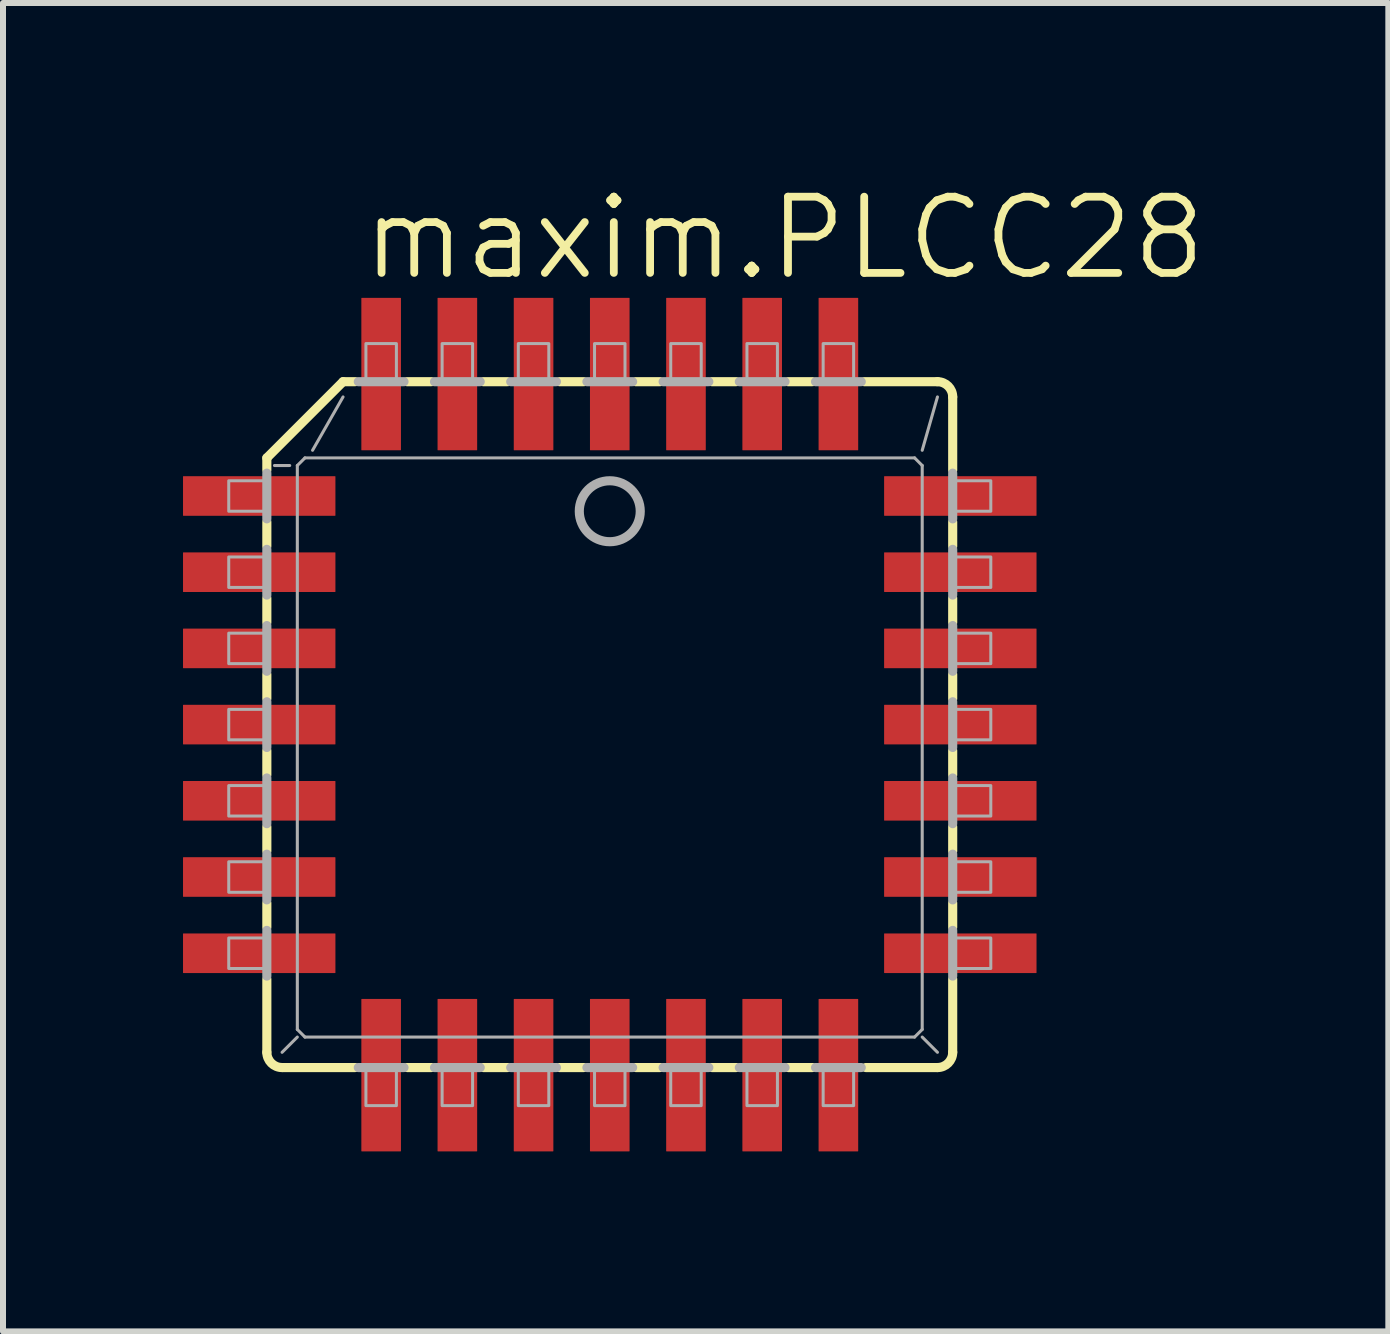
<source format=kicad_pcb>
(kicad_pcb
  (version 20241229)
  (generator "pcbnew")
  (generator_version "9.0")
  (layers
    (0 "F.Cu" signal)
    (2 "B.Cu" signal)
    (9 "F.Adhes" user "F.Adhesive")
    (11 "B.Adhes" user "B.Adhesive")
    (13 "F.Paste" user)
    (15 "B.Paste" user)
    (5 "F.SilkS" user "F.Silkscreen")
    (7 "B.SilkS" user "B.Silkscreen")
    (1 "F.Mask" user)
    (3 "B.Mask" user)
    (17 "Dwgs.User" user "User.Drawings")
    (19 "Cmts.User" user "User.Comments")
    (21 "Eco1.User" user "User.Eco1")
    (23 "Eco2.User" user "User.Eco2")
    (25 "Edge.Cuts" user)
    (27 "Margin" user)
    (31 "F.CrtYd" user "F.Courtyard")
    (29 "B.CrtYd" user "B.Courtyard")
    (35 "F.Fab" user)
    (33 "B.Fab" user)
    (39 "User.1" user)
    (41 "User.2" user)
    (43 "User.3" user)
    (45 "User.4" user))
  (footprint "maxim.PLCC28"
    (layer "F.Cu")
    (at 7.112 9.026)
    (property "Reference" "maxim.PLCC28" (at -4.191 -7.366 0) (layer "F.SilkS") (effects (font (size 1.27 1.27) (thickness 0.13)) (justify left bottom)))
    (attr smd)
    (fp_line (start -5.715 -4.445) (end -5.715 -4.242) (stroke (width 0.152) (type default)) (layer "F.SilkS"))
    (fp_line (start -5.715 -4.445) (end -4.445 -5.715) (stroke (width 0.152) (type default)) (layer "F.SilkS"))
    (fp_line (start -5.715 -3.378) (end -5.715 -2.972) (stroke (width 0.152) (type default)) (layer "F.SilkS"))
    (fp_line (start -5.715 -2.108) (end -5.715 -1.702) (stroke (width 0.152) (type default)) (layer "F.SilkS"))
    (fp_line (start -5.715 -0.838) (end -5.715 -0.432) (stroke (width 0.152) (type default)) (layer "F.SilkS"))
    (fp_line (start -5.715 0.432) (end -5.715 0.838) (stroke (width 0.152) (type default)) (layer "F.SilkS"))
    (fp_line (start -5.715 2.108) (end -5.715 1.702) (stroke (width 0.152) (type default)) (layer "F.SilkS"))
    (fp_line (start -5.715 2.972) (end -5.715 3.378) (stroke (width 0.152) (type default)) (layer "F.SilkS"))
    (fp_line (start -5.715 4.242) (end -5.715 5.461) (stroke (width 0.152) (type default)) (layer "F.SilkS"))
    (fp_line (start -5.461 5.715) (end -4.242 5.715) (stroke (width 0.152) (type default)) (layer "F.SilkS"))
    (fp_line (start -4.445 -5.715) (end -4.242 -5.715) (stroke (width 0.152) (type default)) (layer "F.SilkS"))
    (fp_line (start -3.378 5.715) (end -2.972 5.715) (stroke (width 0.152) (type default)) (layer "F.SilkS"))
    (fp_line (start -2.972 -5.715) (end -3.378 -5.715) (stroke (width 0.152) (type default)) (layer "F.SilkS"))
    (fp_line (start -2.108 -5.715) (end -1.702 -5.715) (stroke (width 0.152) (type default)) (layer "F.SilkS"))
    (fp_line (start -2.108 5.715) (end -1.702 5.715) (stroke (width 0.152) (type default)) (layer "F.SilkS"))
    (fp_line (start -0.838 5.715) (end -0.432 5.715) (stroke (width 0.152) (type default)) (layer "F.SilkS"))
    (fp_line (start -0.432 -5.715) (end -0.838 -5.715) (stroke (width 0.152) (type default)) (layer "F.SilkS"))
    (fp_line (start 0.432 5.715) (end 0.838 5.715) (stroke (width 0.152) (type default)) (layer "F.SilkS"))
    (fp_line (start 0.838 -5.715) (end 0.432 -5.715) (stroke (width 0.152) (type default)) (layer "F.SilkS"))
    (fp_line (start 2.108 -5.715) (end 1.702 -5.715) (stroke (width 0.152) (type default)) (layer "F.SilkS"))
    (fp_line (start 2.108 5.715) (end 1.702 5.715) (stroke (width 0.152) (type default)) (layer "F.SilkS"))
    (fp_line (start 2.972 5.715) (end 3.378 5.715) (stroke (width 0.152) (type default)) (layer "F.SilkS"))
    (fp_line (start 3.378 -5.715) (end 2.972 -5.715) (stroke (width 0.152) (type default)) (layer "F.SilkS"))
    (fp_line (start 5.461 -5.715) (end 4.242 -5.715) (stroke (width 0.152) (type default)) (layer "F.SilkS"))
    (fp_line (start 5.461 5.715) (end 4.267 5.715) (stroke (width 0.152) (type default)) (layer "F.SilkS"))
    (fp_line (start 5.715 -4.242) (end 5.715 -5.461) (stroke (width 0.152) (type default)) (layer "F.SilkS"))
    (fp_line (start 5.715 -2.972) (end 5.715 -3.378) (stroke (width 0.152) (type default)) (layer "F.SilkS"))
    (fp_line (start 5.715 -2.108) (end 5.715 -1.702) (stroke (width 0.152) (type default)) (layer "F.SilkS"))
    (fp_line (start 5.715 -0.432) (end 5.715 -0.838) (stroke (width 0.152) (type default)) (layer "F.SilkS"))
    (fp_line (start 5.715 0.838) (end 5.715 0.432) (stroke (width 0.152) (type default)) (layer "F.SilkS"))
    (fp_line (start 5.715 2.108) (end 5.715 1.702) (stroke (width 0.152) (type default)) (layer "F.SilkS"))
    (fp_line (start 5.715 3.378) (end 5.715 2.972) (stroke (width 0.152) (type default)) (layer "F.SilkS"))
    (fp_line (start 5.715 5.461) (end 5.715 4.242) (stroke (width 0.152) (type default)) (layer "F.SilkS"))
    (fp_arc (start -5.461 5.715) (mid -5.640605 5.640605) (end -5.715 5.461) (stroke (width 0.1524) (type default)) (layer "F.SilkS"))
    (fp_arc (start 5.461 -5.715) (mid 5.640605 -5.640605) (end 5.715 -5.461) (stroke (width 0.1524) (type default)) (layer "F.SilkS"))
    (fp_arc (start 5.715 5.461) (mid 5.640605 5.640605) (end 5.461 5.715) (stroke (width 0.1524) (type default)) (layer "F.SilkS"))
    (fp_line (start -5.715 -4.191) (end -5.715 -3.429) (stroke (width 0.152) (type default)) (layer "F.Fab"))
    (fp_line (start -5.715 -2.921) (end -5.715 -2.159) (stroke (width 0.152) (type default)) (layer "F.Fab"))
    (fp_line (start -5.715 -1.651) (end -5.715 -0.889) (stroke (width 0.152) (type default)) (layer "F.Fab"))
    (fp_line (start -5.715 -0.381) (end -5.715 0.381) (stroke (width 0.152) (type default)) (layer "F.Fab"))
    (fp_line (start -5.715 0.889) (end -5.715 1.651) (stroke (width 0.152) (type default)) (layer "F.Fab"))
    (fp_line (start -5.715 2.159) (end -5.715 2.921) (stroke (width 0.152) (type default)) (layer "F.Fab"))
    (fp_line (start -5.715 3.429) (end -5.715 4.191) (stroke (width 0.152) (type default)) (layer "F.Fab"))
    (fp_line (start -5.334 -4.318) (end -5.588 -4.318) (stroke (width 0.051) (type default)) (layer "F.Fab"))
    (fp_line (start -5.207 5.08) (end -5.207 -4.318) (stroke (width 0.051) (type default)) (layer "F.Fab"))
    (fp_line (start -5.207 5.08) (end -5.08 5.207) (stroke (width 0.051) (type default)) (layer "F.Fab"))
    (fp_line (start -5.207 5.207) (end -5.461 5.461) (stroke (width 0.051) (type default)) (layer "F.Fab"))
    (fp_line (start -5.08 -4.445) (end -5.207 -4.318) (stroke (width 0.051) (type default)) (layer "F.Fab"))
    (fp_line (start -5.08 -4.445) (end 5.08 -4.445) (stroke (width 0.051) (type default)) (layer "F.Fab"))
    (fp_line (start -4.953 -4.572) (end -4.445 -5.461) (stroke (width 0.051) (type default)) (layer "F.Fab"))
    (fp_line (start -4.191 5.715) (end -3.429 5.715) (stroke (width 0.152) (type default)) (layer "F.Fab"))
    (fp_line (start -3.429 -5.715) (end -4.191 -5.715) (stroke (width 0.152) (type default)) (layer "F.Fab"))
    (fp_line (start -2.921 5.715) (end -2.159 5.715) (stroke (width 0.152) (type default)) (layer "F.Fab"))
    (fp_line (start -2.159 -5.715) (end -2.921 -5.715) (stroke (width 0.152) (type default)) (layer "F.Fab"))
    (fp_line (start -1.651 5.715) (end -0.889 5.715) (stroke (width 0.152) (type default)) (layer "F.Fab"))
    (fp_line (start -0.889 -5.715) (end -1.651 -5.715) (stroke (width 0.152) (type default)) (layer "F.Fab"))
    (fp_line (start -0.381 5.715) (end 0.381 5.715) (stroke (width 0.152) (type default)) (layer "F.Fab"))
    (fp_line (start 0.381 -5.715) (end -0.381 -5.715) (stroke (width 0.152) (type default)) (layer "F.Fab"))
    (fp_line (start 0.889 5.715) (end 1.651 5.715) (stroke (width 0.152) (type default)) (layer "F.Fab"))
    (fp_line (start 1.651 -5.715) (end 0.889 -5.715) (stroke (width 0.152) (type default)) (layer "F.Fab"))
    (fp_line (start 2.159 5.715) (end 2.921 5.715) (stroke (width 0.152) (type default)) (layer "F.Fab"))
    (fp_line (start 2.921 -5.715) (end 2.159 -5.715) (stroke (width 0.152) (type default)) (layer "F.Fab"))
    (fp_line (start 3.429 5.715) (end 4.191 5.715) (stroke (width 0.152) (type default)) (layer "F.Fab"))
    (fp_line (start 4.191 -5.715) (end 3.429 -5.715) (stroke (width 0.152) (type default)) (layer "F.Fab"))
    (fp_line (start 5.08 5.207) (end -5.08 5.207) (stroke (width 0.051) (type default)) (layer "F.Fab"))
    (fp_line (start 5.08 5.207) (end 5.207 5.08) (stroke (width 0.051) (type default)) (layer "F.Fab"))
    (fp_line (start 5.207 -4.318) (end 5.08 -4.445) (stroke (width 0.051) (type default)) (layer "F.Fab"))
    (fp_line (start 5.207 -4.318) (end 5.207 5.08) (stroke (width 0.051) (type default)) (layer "F.Fab"))
    (fp_line (start 5.207 5.207) (end 5.461 5.461) (stroke (width 0.051) (type default)) (layer "F.Fab"))
    (fp_line (start 5.461 -5.461) (end 5.207 -4.572) (stroke (width 0.051) (type default)) (layer "F.Fab"))
    (fp_line (start 5.715 -3.429) (end 5.715 -4.191) (stroke (width 0.152) (type default)) (layer "F.Fab"))
    (fp_line (start 5.715 -2.159) (end 5.715 -2.921) (stroke (width 0.152) (type default)) (layer "F.Fab"))
    (fp_line (start 5.715 -0.889) (end 5.715 -1.651) (stroke (width 0.152) (type default)) (layer "F.Fab"))
    (fp_line (start 5.715 0.381) (end 5.715 -0.381) (stroke (width 0.152) (type default)) (layer "F.Fab"))
    (fp_line (start 5.715 1.651) (end 5.715 0.889) (stroke (width 0.152) (type default)) (layer "F.Fab"))
    (fp_line (start 5.715 2.921) (end 5.715 2.159) (stroke (width 0.152) (type default)) (layer "F.Fab"))
    (fp_line (start 5.715 4.191) (end 5.715 3.429) (stroke (width 0.152) (type default)) (layer "F.Fab"))
    (fp_rect (start -6.35 -3.556) (end -5.715 -4.064) (stroke (width 0.05) (type default)) (fill no) (layer "F.Fab"))
    (fp_rect (start -6.35 -2.286) (end -5.715 -2.794) (stroke (width 0.05) (type default)) (fill no) (layer "F.Fab"))
    (fp_rect (start -6.35 -1.016) (end -5.715 -1.524) (stroke (width 0.05) (type default)) (fill no) (layer "F.Fab"))
    (fp_rect (start -6.35 0.254) (end -5.715 -0.254) (stroke (width 0.05) (type default)) (fill no) (layer "F.Fab"))
    (fp_rect (start -6.35 1.524) (end -5.715 1.016) (stroke (width 0.05) (type default)) (fill no) (layer "F.Fab"))
    (fp_rect (start -6.35 2.794) (end -5.715 2.286) (stroke (width 0.05) (type default)) (fill no) (layer "F.Fab"))
    (fp_rect (start -6.35 4.064) (end -5.715 3.556) (stroke (width 0.05) (type default)) (fill no) (layer "F.Fab"))
    (fp_rect (start -4.064 -5.715) (end -3.556 -6.35) (stroke (width 0.05) (type default)) (fill no) (layer "F.Fab"))
    (fp_rect (start -4.064 6.35) (end -3.556 5.715) (stroke (width 0.05) (type default)) (fill no) (layer "F.Fab"))
    (fp_rect (start -2.794 -5.715) (end -2.286 -6.35) (stroke (width 0.05) (type default)) (fill no) (layer "F.Fab"))
    (fp_rect (start -2.794 6.35) (end -2.286 5.715) (stroke (width 0.05) (type default)) (fill no) (layer "F.Fab"))
    (fp_rect (start -1.524 -5.715) (end -1.016 -6.35) (stroke (width 0.05) (type default)) (fill no) (layer "F.Fab"))
    (fp_rect (start -1.524 6.35) (end -1.016 5.715) (stroke (width 0.05) (type default)) (fill no) (layer "F.Fab"))
    (fp_rect (start -0.254 -5.715) (end 0.254 -6.35) (stroke (width 0.05) (type default)) (fill no) (layer "F.Fab"))
    (fp_rect (start -0.254 6.35) (end 0.254 5.715) (stroke (width 0.05) (type default)) (fill no) (layer "F.Fab"))
    (fp_rect (start 1.016 -5.715) (end 1.524 -6.35) (stroke (width 0.05) (type default)) (fill no) (layer "F.Fab"))
    (fp_rect (start 1.016 6.35) (end 1.524 5.715) (stroke (width 0.05) (type default)) (fill no) (layer "F.Fab"))
    (fp_rect (start 2.286 -5.715) (end 2.794 -6.35) (stroke (width 0.05) (type default)) (fill no) (layer "F.Fab"))
    (fp_rect (start 2.286 6.35) (end 2.794 5.715) (stroke (width 0.05) (type default)) (fill no) (layer "F.Fab"))
    (fp_rect (start 3.556 -5.715) (end 4.064 -6.35) (stroke (width 0.05) (type default)) (fill no) (layer "F.Fab"))
    (fp_rect (start 3.556 6.35) (end 4.064 5.715) (stroke (width 0.05) (type default)) (fill no) (layer "F.Fab"))
    (fp_rect (start 5.715 -3.556) (end 6.35 -4.064) (stroke (width 0.05) (type default)) (fill no) (layer "F.Fab"))
    (fp_rect (start 5.715 -2.286) (end 6.35 -2.794) (stroke (width 0.05) (type default)) (fill no) (layer "F.Fab"))
    (fp_rect (start 5.715 -1.016) (end 6.35 -1.524) (stroke (width 0.05) (type default)) (fill no) (layer "F.Fab"))
    (fp_rect (start 5.715 0.254) (end 6.35 -0.254) (stroke (width 0.05) (type default)) (fill no) (layer "F.Fab"))
    (fp_rect (start 5.715 1.524) (end 6.35 1.016) (stroke (width 0.05) (type default)) (fill no) (layer "F.Fab"))
    (fp_rect (start 5.715 2.794) (end 6.35 2.286) (stroke (width 0.05) (type default)) (fill no) (layer "F.Fab"))
    (fp_rect (start 5.715 4.064) (end 6.35 3.556) (stroke (width 0.05) (type default)) (fill no) (layer "F.Fab"))
    (fp_circle (center 0 -3.556) (end 0.508 -3.556) (stroke (width 0.152) (type default)) (fill no) (layer "F.Fab"))
    (pad "1" smd roundrect (at 0 -5.842) (size 0.66 2.54) (layers "F.Cu" "F.Mask" "F.Paste") (roundrect_rratio 0.01))
    (pad "2" smd roundrect (at -1.27 -5.842) (size 0.66 2.54) (layers "F.Cu" "F.Mask" "F.Paste") (roundrect_rratio 0.01))
    (pad "3" smd roundrect (at -2.54 -5.842) (size 0.66 2.54) (layers "F.Cu" "F.Mask" "F.Paste") (roundrect_rratio 0.01))
    (pad "4" smd roundrect (at -3.81 -5.842) (size 0.66 2.54) (layers "F.Cu" "F.Mask" "F.Paste") (roundrect_rratio 0.01))
    (pad "5" smd roundrect (at -5.842 -3.81) (size 2.54 0.66) (layers "F.Cu" "F.Mask" "F.Paste") (roundrect_rratio 0.01))
    (pad "6" smd roundrect (at -5.842 -2.54) (size 2.54 0.66) (layers "F.Cu" "F.Mask" "F.Paste") (roundrect_rratio 0.01))
    (pad "7" smd roundrect (at -5.842 -1.27) (size 2.54 0.66) (layers "F.Cu" "F.Mask" "F.Paste") (roundrect_rratio 0.01))
    (pad "8" smd roundrect (at -5.842 0) (size 2.54 0.66) (layers "F.Cu" "F.Mask" "F.Paste") (roundrect_rratio 0.01))
    (pad "9" smd roundrect (at -5.842 1.27) (size 2.54 0.66) (layers "F.Cu" "F.Mask" "F.Paste") (roundrect_rratio 0.01))
    (pad "10" smd roundrect (at -5.842 2.54) (size 2.54 0.66) (layers "F.Cu" "F.Mask" "F.Paste") (roundrect_rratio 0.01))
    (pad "11" smd roundrect (at -5.842 3.81) (size 2.54 0.66) (layers "F.Cu" "F.Mask" "F.Paste") (roundrect_rratio 0.01))
    (pad "12" smd roundrect (at -3.81 5.842) (size 0.66 2.54) (layers "F.Cu" "F.Mask" "F.Paste") (roundrect_rratio 0.01))
    (pad "13" smd roundrect (at -2.54 5.842) (size 0.66 2.54) (layers "F.Cu" "F.Mask" "F.Paste") (roundrect_rratio 0.01))
    (pad "14" smd roundrect (at -1.27 5.842) (size 0.66 2.54) (layers "F.Cu" "F.Mask" "F.Paste") (roundrect_rratio 0.01))
    (pad "15" smd roundrect (at 0 5.842) (size 0.66 2.54) (layers "F.Cu" "F.Mask" "F.Paste") (roundrect_rratio 0.01))
    (pad "16" smd roundrect (at 1.27 5.842) (size 0.66 2.54) (layers "F.Cu" "F.Mask" "F.Paste") (roundrect_rratio 0.01))
    (pad "17" smd roundrect (at 2.54 5.842) (size 0.66 2.54) (layers "F.Cu" "F.Mask" "F.Paste") (roundrect_rratio 0.01))
    (pad "18" smd roundrect (at 3.81 5.842) (size 0.66 2.54) (layers "F.Cu" "F.Mask" "F.Paste") (roundrect_rratio 0.01))
    (pad "19" smd roundrect (at 5.842 3.81) (size 2.54 0.66) (layers "F.Cu" "F.Mask" "F.Paste") (roundrect_rratio 0.01))
    (pad "20" smd roundrect (at 5.842 2.54) (size 2.54 0.66) (layers "F.Cu" "F.Mask" "F.Paste") (roundrect_rratio 0.01))
    (pad "21" smd roundrect (at 5.842 1.27) (size 2.54 0.66) (layers "F.Cu" "F.Mask" "F.Paste") (roundrect_rratio 0.01))
    (pad "22" smd roundrect (at 5.842 0) (size 2.54 0.66) (layers "F.Cu" "F.Mask" "F.Paste") (roundrect_rratio 0.01))
    (pad "23" smd roundrect (at 5.842 -1.27) (size 2.54 0.66) (layers "F.Cu" "F.Mask" "F.Paste") (roundrect_rratio 0.01))
    (pad "24" smd roundrect (at 5.842 -2.54) (size 2.54 0.66) (layers "F.Cu" "F.Mask" "F.Paste") (roundrect_rratio 0.01))
    (pad "25" smd roundrect (at 5.842 -3.81) (size 2.54 0.66) (layers "F.Cu" "F.Mask" "F.Paste") (roundrect_rratio 0.01))
    (pad "26" smd roundrect (at 3.81 -5.842) (size 0.66 2.54) (layers "F.Cu" "F.Mask" "F.Paste") (roundrect_rratio 0.01))
    (pad "27" smd roundrect (at 2.54 -5.842) (size 0.66 2.54) (layers "F.Cu" "F.Mask" "F.Paste") (roundrect_rratio 0.01))
    (pad "28" smd roundrect (at 1.27 -5.842) (size 0.66 2.54) (layers "F.Cu" "F.Mask" "F.Paste") (roundrect_rratio 0.01)))
  (gr_rect
    (start -3 -3)
    (end 20.087 19.138)
    (stroke (width 0.1) (type default))
    (fill no)
    (layer "Edge.Cuts")))
</source>
